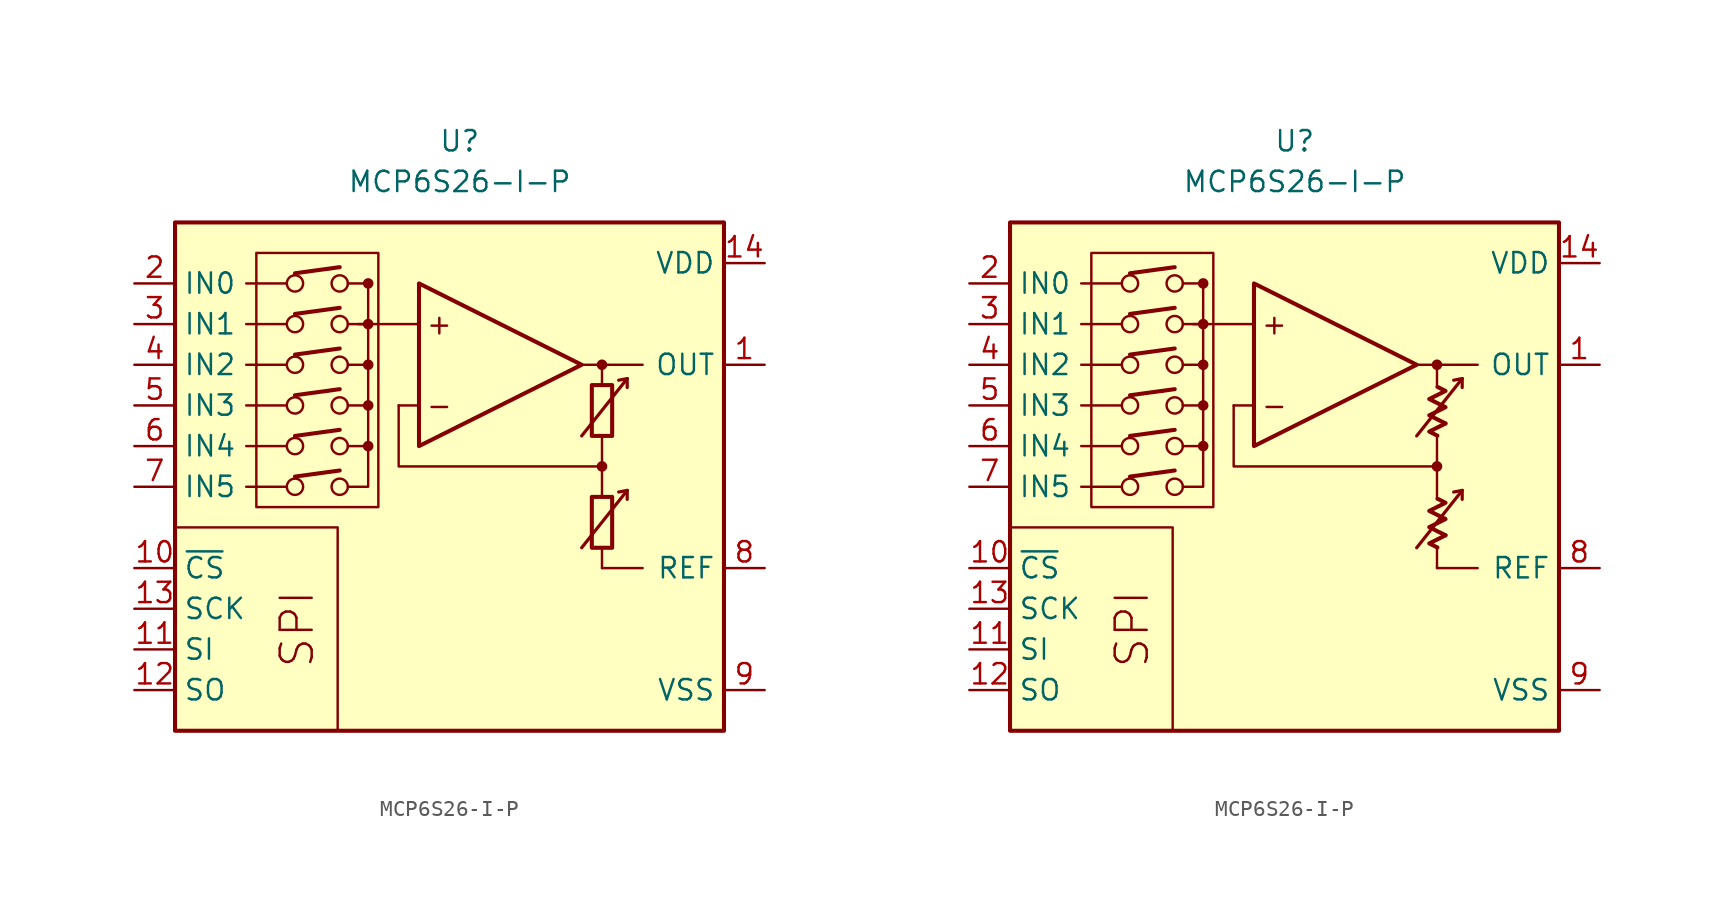
<source format=kicad_sym>
(kicad_symbol_lib
  (version 20231120)
  (generator "kicad_symbol_editor")
  (generator_version "8.0")
  (symbol "MCP6S26-I-P"
    (property "Reference" "U"
      (at 0 19.05 0)
      (effects (font (size 1.27 1.27))))
    (property "Value" "MCP6S26-I-P"
      (at 0 16.51 0)
      (effects (font (size 1.27 1.27))))
    (symbol "MCP6S26-I-P_0_0"
      (rectangle (start -17.78 13.97) (end 16.51 -17.78) (stroke (width 0.254) (type default)) (fill (type background)))
      (rectangle (start -12.7 12.065) (end -5.08 -3.81) (stroke (width 0.152) (type default)) (fill (type none)))
      (circle (center -10.287 -2.54) (radius 0.508) (stroke (width 0) (type default)) (fill (type none)))
      (circle (center -10.287 0) (radius 0.508) (stroke (width 0) (type default)) (fill (type none)))
      (circle (center -10.287 2.54) (radius 0.508) (stroke (width 0) (type default)) (fill (type none)))
      (circle (center -10.287 5.08) (radius 0.508) (stroke (width 0) (type default)) (fill (type none)))
      (circle (center -10.287 7.62) (radius 0.508) (stroke (width 0) (type default)) (fill (type none)))
      (circle (center -10.287 10.16) (radius 0.508) (stroke (width 0) (type default)) (fill (type none)))
      (circle (center -7.493 -2.54) (radius 0.508) (stroke (width 0) (type default)) (fill (type none)))
      (circle (center -7.493 0) (radius 0.508) (stroke (width 0) (type default)) (fill (type none)))
      (circle (center -7.493 2.54) (radius 0.508) (stroke (width 0) (type default)) (fill (type none)))
      (circle (center -7.493 5.08) (radius 0.508) (stroke (width 0) (type default)) (fill (type none)))
      (circle (center -7.493 7.62) (radius 0.508) (stroke (width 0) (type default)) (fill (type none)))
      (circle (center -7.493 10.16) (radius 0.508) (stroke (width 0) (type default)) (fill (type none)))
      (circle (center -5.715 0) (radius 0.254) (stroke (width 0.152) (type default)) (fill (type outline)))
      (circle (center -5.715 2.54) (radius 0.254) (stroke (width 0.152) (type default)) (fill (type outline)))
      (circle (center -5.715 5.08) (radius 0.254) (stroke (width 0.152) (type default)) (fill (type outline)))
      (circle (center -5.715 7.62) (radius 0.254) (stroke (width 0.152) (type default)) (fill (type outline)))
      (circle (center -5.715 10.16) (radius 0.254) (stroke (width 0.152) (type default)) (fill (type outline)))
      (polyline (pts (xy 8.89 -3.81)) (stroke (width 0.152) (type default)) (fill (type none)))
      (polyline (pts (xy 8.89 -3.81)) (stroke (width 0.152) (type default)) (fill (type none)))
      (polyline (pts (xy 8.89 -3.175)) (stroke (width 0.152) (type default)) (fill (type none)))
      (polyline (pts (xy 8.89 3.175)) (stroke (width 0.152) (type default)) (fill (type none)))
      (polyline (pts (xy 8.89 3.81)) (stroke (width 0.152) (type default)) (fill (type none)))
      (polyline (pts (xy 8.89 3.81)) (stroke (width 0.152) (type default)) (fill (type none)))
      (polyline (pts (xy -10.795 -2.54) (xy -13.335 -2.54)) (stroke (width 0.152) (type default)) (fill (type none)))
      (polyline (pts (xy -10.795 0) (xy -13.335 0)) (stroke (width 0.152) (type default)) (fill (type none)))
      (polyline (pts (xy -10.795 2.54) (xy -13.335 2.54)) (stroke (width 0.152) (type default)) (fill (type none)))
      (polyline (pts (xy -10.795 5.08) (xy -13.335 5.08)) (stroke (width 0.152) (type default)) (fill (type none)))
      (polyline (pts (xy -10.795 7.62) (xy -13.335 7.62)) (stroke (width 0.152) (type default)) (fill (type none)))
      (polyline (pts (xy -10.795 10.16) (xy -13.335 10.16)) (stroke (width 0.152) (type default)) (fill (type none)))
      (polyline (pts (xy -10.287 -1.905) (xy -7.493 -1.524)) (stroke (width 0.254) (type default)) (fill (type none)))
      (polyline (pts (xy -10.287 0.635) (xy -7.493 1.016)) (stroke (width 0.254) (type default)) (fill (type none)))
      (polyline (pts (xy -10.287 3.175) (xy -7.493 3.556)) (stroke (width 0.254) (type default)) (fill (type none)))
      (polyline (pts (xy -10.287 5.715) (xy -7.493 6.096)) (stroke (width 0.254) (type default)) (fill (type none)))
      (polyline (pts (xy -10.287 8.255) (xy -7.493 8.636)) (stroke (width 0.254) (type default)) (fill (type none)))
      (polyline (pts (xy -10.287 10.795) (xy -7.493 11.176)) (stroke (width 0.254) (type default)) (fill (type none)))
      (polyline (pts (xy -5.715 10.16) (xy -6.985 10.16)) (stroke (width 0.152) (type default)) (fill (type none)))
      (polyline (pts (xy -2.54 2.54) (xy -3.81 2.54)) (stroke (width 0.152) (type default)) (fill (type none)))
      (polyline (pts (xy -2.54 7.62) (xy -6.35 7.62)) (stroke (width 0.152) (type default)) (fill (type none)))
      (polyline (pts (xy 7.62 5.08) (xy 11.43 5.08)) (stroke (width 0.152) (type default)) (fill (type none)))
      (polyline (pts (xy 8.89 -6.35) (xy 8.89 -7.62)) (stroke (width 0.152) (type default)) (fill (type none)))
      (polyline (pts (xy 8.89 -1.27) (xy 8.89 -3.175)) (stroke (width 0.152) (type default)) (fill (type none)))
      (polyline (pts (xy 8.89 0.635) (xy 8.89 -1.27)) (stroke (width 0.152) (type default)) (fill (type none)))
      (polyline (pts (xy 8.89 5.08) (xy 8.89 3.81)) (stroke (width 0.152) (type default)) (fill (type none)))
      (polyline (pts (xy -7.62 -17.78) (xy -7.62 -5.08) (xy -17.78 -5.08)) (stroke (width 0.152) (type default)) (fill (type none)))
      (polyline (pts (xy -6.985 -2.54) (xy -5.715 -2.54) (xy -5.715 0)) (stroke (width 0.152) (type default)) (fill (type none)))
      (polyline (pts (xy -6.985 0) (xy -5.715 0) (xy -5.715 2.54)) (stroke (width 0.152) (type default)) (fill (type none)))
      (polyline (pts (xy -6.985 2.54) (xy -5.715 2.54) (xy -5.715 5.08)) (stroke (width 0.152) (type default)) (fill (type none)))
      (polyline (pts (xy -6.985 5.08) (xy -5.715 5.08) (xy -5.715 7.62)) (stroke (width 0.152) (type default)) (fill (type none)))
      (polyline (pts (xy -6.985 7.62) (xy -5.715 7.62) (xy -5.715 10.16)) (stroke (width 0.152) (type default)) (fill (type none)))
      (polyline (pts (xy 8.89 -1.27) (xy -3.81 -1.27) (xy -3.81 2.54)) (stroke (width 0.152) (type default)) (fill (type none)))
      (circle (center 8.89 -1.27) (radius 0.254) (stroke (width 0.152) (type default)) (fill (type outline)))
      (circle (center 8.89 5.08) (radius 0.254) (stroke (width 0.152) (type default)) (fill (type outline)))
      (text "+" (at -1.27 7.62 0) (effects (font (size 1.27 1.27))))
      (text "-" (at -1.27 2.54 0) (effects (font (size 1.27 1.27))))
      (text "SPI" (at -10.16 -11.43 900) (effects (font (size 2 2)))))
    (symbol "MCP6S26-I-P_0_1"
      (rectangle (start 8.255 -3.175) (end 9.525 -6.35) (stroke (width 0.254) (type default)) (fill (type none)))
      (rectangle (start 8.255 3.81) (end 9.525 0.635) (stroke (width 0.254) (type default)) (fill (type none))))
    (symbol "MCP6S26-I-P_0_2"
      (polyline (pts (xy 9.422 -5.572) (xy 8.406 -6.08) (xy 8.915 -6.333)) (stroke (width 0.254) (type default)) (fill (type none)))
      (polyline (pts (xy 9.422 1.413) (xy 8.406 0.905) (xy 8.915 0.651)) (stroke (width 0.254) (type default)) (fill (type none)))
      (polyline (pts (xy 8.915 -3.285) (xy 9.422 -3.539) (xy 8.406 -4.048) (xy 9.422 -4.556) (xy 8.406 -5.064) (xy 9.422 -5.572)) (stroke (width 0.254) (type default)) (fill (type none)))
      (polyline (pts (xy 8.915 3.7) (xy 9.422 3.446) (xy 8.406 2.938) (xy 9.422 2.429) (xy 8.406 1.921) (xy 9.422 1.413)) (stroke (width 0.254) (type default)) (fill (type none))))
    (symbol "MCP6S26-I-P_1_0"
      (polyline (pts (xy 8.89 -7.62) (xy 11.43 -7.62)) (stroke (width 0) (type default)) (fill (type none)))
      (polyline (pts (xy 10.465 -2.769) (xy 9.931 -2.87)) (stroke (width 0.2) (type default)) (fill (type none)))
      (polyline (pts (xy 10.465 -2.769) (xy 10.465 -3.327)) (stroke (width 0.2) (type default)) (fill (type none)))
      (polyline (pts (xy 10.465 4.216) (xy 9.931 4.115)) (stroke (width 0.2) (type default)) (fill (type none)))
      (polyline (pts (xy 10.465 4.216) (xy 10.465 3.658)) (stroke (width 0.2) (type default)) (fill (type none)))
      (polyline (pts (xy -2.54 10.16) (xy -2.54 0) (xy 7.62 5.08) (xy -2.54 10.16)) (stroke (width 0.254) (type default)) (fill (type background)))
      (polyline (pts (xy 7.62 -6.35) (xy 10.465 -2.769) (xy 10.465 -2.769) (xy 10.465 -2.769)) (stroke (width 0.2) (type default)) (fill (type none)))
      (polyline (pts (xy 7.62 0.635) (xy 10.465 4.216) (xy 10.465 4.216) (xy 10.465 4.216)) (stroke (width 0.2) (type default)) (fill (type none))))
    (symbol "MCP6S26-I-P_1_1"
      (pin output line (at 19.05 5.08 180) (length 2.54) (name "OUT" (effects (font (size 1.27 1.27)))) (number "1" (effects (font (size 1.27 1.27)))))
      (pin input line (at -20.32 -7.62 0) (length 2.54) (name "~{CS}" (effects (font (size 1.27 1.27)))) (number "10" (effects (font (size 1.27 1.27)))))
      (pin input line (at -20.32 -12.7 0) (length 2.54) (name "SI" (effects (font (size 1.27 1.27)))) (number "11" (effects (font (size 1.27 1.27)))))
      (pin output line (at -20.32 -15.24 0) (length 2.54) (name "SO" (effects (font (size 1.27 1.27)))) (number "12" (effects (font (size 1.27 1.27)))))
      (pin input line (at -20.32 -10.16 0) (length 2.54) (name "SCK" (effects (font (size 1.27 1.27)))) (number "13" (effects (font (size 1.27 1.27)))))
      (pin power_in line (at 19.05 11.43 180) (length 2.54) (name "VDD" (effects (font (size 1.27 1.27)))) (number "14" (effects (font (size 1.27 1.27)))))
      (pin input line (at -20.32 10.16 0) (length 2.54) (name "IN0" (effects (font (size 1.27 1.27)))) (number "2" (effects (font (size 1.27 1.27)))))
      (pin input line (at -20.32 7.62 0) (length 2.54) (name "IN1" (effects (font (size 1.27 1.27)))) (number "3" (effects (font (size 1.27 1.27)))))
      (pin input line (at -20.32 5.08 0) (length 2.54) (name "IN2" (effects (font (size 1.27 1.27)))) (number "4" (effects (font (size 1.27 1.27)))))
      (pin input line (at -20.32 2.54 0) (length 2.54) (name "IN3" (effects (font (size 1.27 1.27)))) (number "5" (effects (font (size 1.27 1.27)))))
      (pin input line (at -20.32 0 0) (length 2.54) (name "IN4" (effects (font (size 1.27 1.27)))) (number "6" (effects (font (size 1.27 1.27)))))
      (pin input line (at -20.32 -2.54 0) (length 2.54) (name "IN5" (effects (font (size 1.27 1.27)))) (number "7" (effects (font (size 1.27 1.27)))))
      (pin passive line (at 19.05 -7.62 180) (length 2.54) (name "REF" (effects (font (size 1.27 1.27)))) (number "8" (effects (font (size 1.27 1.27)))))
      (pin power_in line (at 19.05 -15.24 180) (length 2.54) (name "VSS" (effects (font (size 1.27 1.27)))) (number "9" (effects (font (size 1.27 1.27))))))
    (symbol "MCP6S26-I-P_1_2"
      (pin output line (at 19.05 5.08 180) (length 2.54) (name "OUT" (effects (font (size 1.27 1.27)))) (number "1" (effects (font (size 1.27 1.27)))))
      (pin input line (at -20.32 -7.62 0) (length 2.54) (name "~{CS}" (effects (font (size 1.27 1.27)))) (number "10" (effects (font (size 1.27 1.27)))))
      (pin input line (at -20.32 -12.7 0) (length 2.54) (name "SI" (effects (font (size 1.27 1.27)))) (number "11" (effects (font (size 1.27 1.27)))))
      (pin output line (at -20.32 -15.24 0) (length 2.54) (name "SO" (effects (font (size 1.27 1.27)))) (number "12" (effects (font (size 1.27 1.27)))))
      (pin input line (at -20.32 -10.16 0) (length 2.54) (name "SCK" (effects (font (size 1.27 1.27)))) (number "13" (effects (font (size 1.27 1.27)))))
      (pin power_in line (at 19.05 11.43 180) (length 2.54) (name "VDD" (effects (font (size 1.27 1.27)))) (number "14" (effects (font (size 1.27 1.27)))))
      (pin input line (at -20.32 10.16 0) (length 2.54) (name "IN0" (effects (font (size 1.27 1.27)))) (number "2" (effects (font (size 1.27 1.27)))))
      (pin input line (at -20.32 7.62 0) (length 2.54) (name "IN1" (effects (font (size 1.27 1.27)))) (number "3" (effects (font (size 1.27 1.27)))))
      (pin input line (at -20.32 5.08 0) (length 2.54) (name "IN2" (effects (font (size 1.27 1.27)))) (number "4" (effects (font (size 1.27 1.27)))))
      (pin input line (at -20.32 2.54 0) (length 2.54) (name "IN3" (effects (font (size 1.27 1.27)))) (number "5" (effects (font (size 1.27 1.27)))))
      (pin input line (at -20.32 0 0) (length 2.54) (name "IN4" (effects (font (size 1.27 1.27)))) (number "6" (effects (font (size 1.27 1.27)))))
      (pin input line (at -20.32 -2.54 0) (length 2.54) (name "IN5" (effects (font (size 1.27 1.27)))) (number "7" (effects (font (size 1.27 1.27)))))
      (pin passive line (at 19.05 -7.62 180) (length 2.54) (name "REF" (effects (font (size 1.27 1.27)))) (number "8" (effects (font (size 1.27 1.27)))))
      (pin power_in line (at 19.05 -15.24 180) (length 2.54) (name "VSS" (effects (font (size 1.27 1.27)))) (number "9" (effects (font (size 1.27 1.27))))))))
</source>
